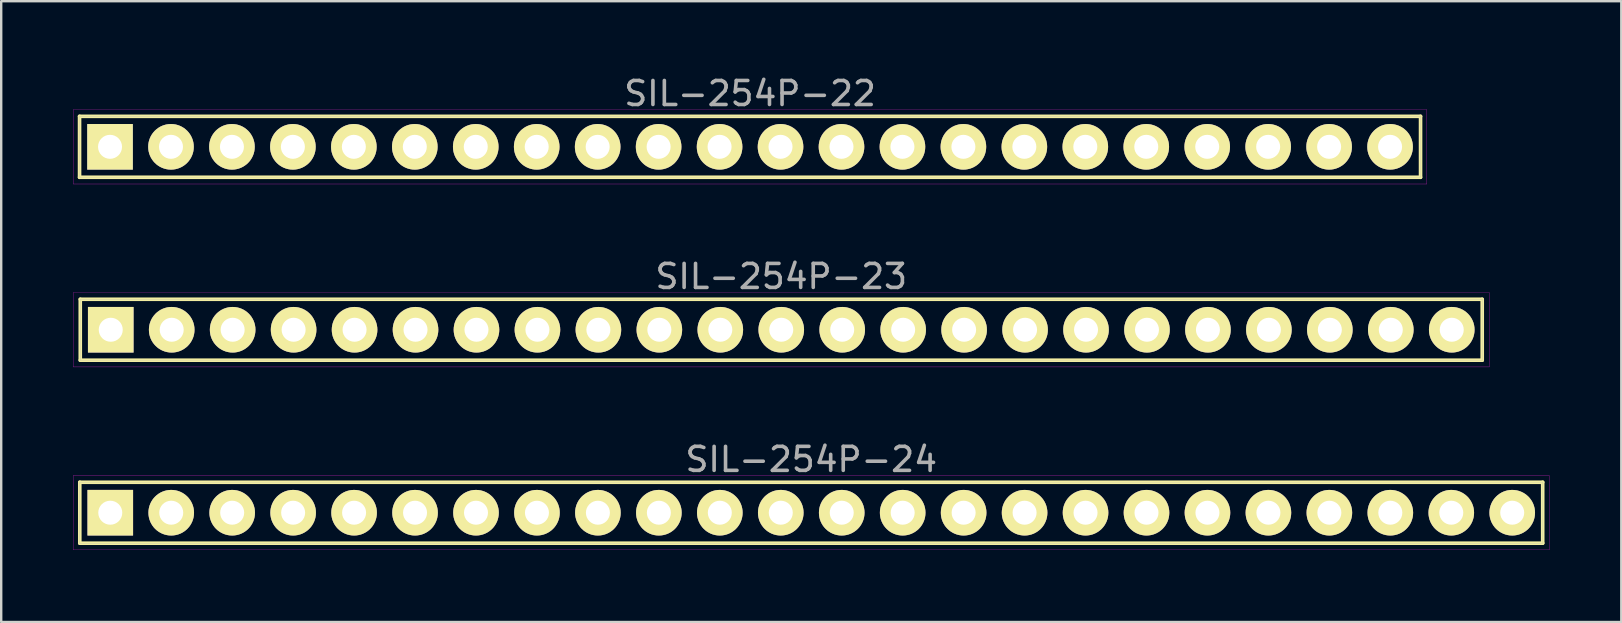
<source format=kicad_pcb>
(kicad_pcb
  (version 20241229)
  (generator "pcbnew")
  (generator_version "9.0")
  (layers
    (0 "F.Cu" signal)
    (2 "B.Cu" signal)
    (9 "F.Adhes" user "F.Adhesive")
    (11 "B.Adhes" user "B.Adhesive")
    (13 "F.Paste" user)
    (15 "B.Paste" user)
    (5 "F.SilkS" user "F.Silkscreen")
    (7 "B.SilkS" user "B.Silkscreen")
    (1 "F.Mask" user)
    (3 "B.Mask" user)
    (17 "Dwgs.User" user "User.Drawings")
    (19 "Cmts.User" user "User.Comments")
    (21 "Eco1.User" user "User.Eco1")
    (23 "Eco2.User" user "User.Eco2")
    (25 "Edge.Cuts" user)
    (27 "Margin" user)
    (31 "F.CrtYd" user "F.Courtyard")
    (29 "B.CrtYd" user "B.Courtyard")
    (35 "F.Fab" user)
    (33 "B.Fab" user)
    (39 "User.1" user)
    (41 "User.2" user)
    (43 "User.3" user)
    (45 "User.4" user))
  (footprint "SIL-254P-24"
    (layer "F.Cu")
    (at 30.755 18.315)
    (property "Reference" "SIL-254P-24" (at 0 -2.22 0) (layer "F.Fab") (effects (font (size 1 1) (thickness 0.15))))
    (attr through_hole)
    (fp_line (start -30.48 -1.27) (end 30.48 -1.27) (stroke (width 0.15) (type solid)) (layer "F.SilkS"))
    (fp_line (start -30.48 1.27) (end -30.48 -1.27) (stroke (width 0.15) (type solid)) (layer "F.SilkS"))
    (fp_line (start 30.48 -1.27) (end 30.48 1.27) (stroke (width 0.15) (type solid)) (layer "F.SilkS"))
    (fp_line (start 30.48 1.27) (end -30.48 1.27) (stroke (width 0.15) (type solid)) (layer "F.SilkS"))
    (fp_line (start -30.75 -1.55) (end 30.75 -1.55) (stroke (width 0.01) (type solid)) (layer "F.CrtYd"))
    (fp_line (start -30.75 1.55) (end -30.75 -1.55) (stroke (width 0.01) (type solid)) (layer "F.CrtYd"))
    (fp_line (start 30.75 -1.55) (end 30.75 1.55) (stroke (width 0.01) (type solid)) (layer "F.CrtYd"))
    (fp_line (start 30.75 1.55) (end -30.75 1.55) (stroke (width 0.01) (type solid)) (layer "F.CrtYd"))
    (fp_line (start -30.48 -1.27) (end 30.48 -1.27) (stroke (width 0.01) (type solid)) (layer "F.Fab"))
    (fp_line (start -30.48 1.27) (end -30.48 -1.27) (stroke (width 0.01) (type solid)) (layer "F.Fab"))
    (fp_line (start 30.48 -1.27) (end 30.48 1.27) (stroke (width 0.01) (type solid)) (layer "F.Fab"))
    (fp_line (start 30.48 1.27) (end -30.48 1.27) (stroke (width 0.01) (type solid)) (layer "F.Fab"))
    (pad "1" thru_hole rect (at -29.21 0) (size 1.9 1.9) (drill 1) (layers "*.Cu" "*.Mask" "F.SilkS"))
    (pad "2" thru_hole circle (at -26.67 0) (size 1.9 1.9) (drill 1) (layers "*.Cu" "*.Mask" "F.SilkS"))
    (pad "3" thru_hole circle (at -24.13 0) (size 1.9 1.9) (drill 1) (layers "*.Cu" "*.Mask" "F.SilkS"))
    (pad "4" thru_hole circle (at -21.59 0) (size 1.9 1.9) (drill 1) (layers "*.Cu" "*.Mask" "F.SilkS"))
    (pad "5" thru_hole circle (at -19.05 0) (size 1.9 1.9) (drill 1) (layers "*.Cu" "*.Mask" "F.SilkS"))
    (pad "6" thru_hole circle (at -16.51 0) (size 1.9 1.9) (drill 1) (layers "*.Cu" "*.Mask" "F.SilkS"))
    (pad "7" thru_hole circle (at -13.97 0) (size 1.9 1.9) (drill 1) (layers "*.Cu" "*.Mask" "F.SilkS"))
    (pad "8" thru_hole circle (at -11.43 0) (size 1.9 1.9) (drill 1) (layers "*.Cu" "*.Mask" "F.SilkS"))
    (pad "9" thru_hole circle (at -8.89 0) (size 1.9 1.9) (drill 1) (layers "*.Cu" "*.Mask" "F.SilkS"))
    (pad "10" thru_hole circle (at -6.35 0) (size 1.9 1.9) (drill 1) (layers "*.Cu" "*.Mask" "F.SilkS"))
    (pad "11" thru_hole circle (at -3.81 0) (size 1.9 1.9) (drill 1) (layers "*.Cu" "*.Mask" "F.SilkS"))
    (pad "12" thru_hole circle (at -1.27 0) (size 1.9 1.9) (drill 1) (layers "*.Cu" "*.Mask" "F.SilkS"))
    (pad "13" thru_hole circle (at 1.27 0) (size 1.9 1.9) (drill 1) (layers "*.Cu" "*.Mask" "F.SilkS"))
    (pad "14" thru_hole circle (at 3.81 0) (size 1.9 1.9) (drill 1) (layers "*.Cu" "*.Mask" "F.SilkS"))
    (pad "15" thru_hole circle (at 6.35 0) (size 1.9 1.9) (drill 1) (layers "*.Cu" "*.Mask" "F.SilkS"))
    (pad "16" thru_hole circle (at 8.89 0) (size 1.9 1.9) (drill 1) (layers "*.Cu" "*.Mask" "F.SilkS"))
    (pad "17" thru_hole circle (at 11.43 0) (size 1.9 1.9) (drill 1) (layers "*.Cu" "*.Mask" "F.SilkS"))
    (pad "18" thru_hole circle (at 13.97 0) (size 1.9 1.9) (drill 1) (layers "*.Cu" "*.Mask" "F.SilkS"))
    (pad "19" thru_hole circle (at 16.51 0) (size 1.9 1.9) (drill 1) (layers "*.Cu" "*.Mask" "F.SilkS"))
    (pad "20" thru_hole circle (at 19.05 0) (size 1.9 1.9) (drill 1) (layers "*.Cu" "*.Mask" "F.SilkS"))
    (pad "21" thru_hole circle (at 21.59 0) (size 1.9 1.9) (drill 1) (layers "*.Cu" "*.Mask" "F.SilkS"))
    (pad "22" thru_hole circle (at 24.13 0) (size 1.9 1.9) (drill 1) (layers "*.Cu" "*.Mask" "F.SilkS"))
    (pad "23" thru_hole circle (at 26.67 0) (size 1.9 1.9) (drill 1) (layers "*.Cu" "*.Mask" "F.SilkS"))
    (pad "24" thru_hole circle (at 29.21 0) (size 1.9 1.9) (drill 1) (layers "*.Cu" "*.Mask" "F.SilkS")))
  (footprint "SIL-254P-23"
    (layer "F.Cu")
    (at 29.505 10.691)
    (property "Reference" "SIL-254P-23" (at 0 -2.22 0) (layer "F.Fab") (effects (font (size 1 1) (thickness 0.15))))
    (attr through_hole)
    (fp_line (start -29.21 -1.27) (end 29.21 -1.27) (stroke (width 0.15) (type solid)) (layer "F.SilkS"))
    (fp_line (start -29.21 1.27) (end -29.21 -1.27) (stroke (width 0.15) (type solid)) (layer "F.SilkS"))
    (fp_line (start 29.21 -1.27) (end 29.21 1.27) (stroke (width 0.15) (type solid)) (layer "F.SilkS"))
    (fp_line (start 29.21 1.27) (end -29.21 1.27) (stroke (width 0.15) (type solid)) (layer "F.SilkS"))
    (fp_line (start -29.5 -1.55) (end 29.5 -1.55) (stroke (width 0.01) (type solid)) (layer "F.CrtYd"))
    (fp_line (start -29.5 1.55) (end -29.5 -1.55) (stroke (width 0.01) (type solid)) (layer "F.CrtYd"))
    (fp_line (start 29.5 -1.55) (end 29.5 1.55) (stroke (width 0.01) (type solid)) (layer "F.CrtYd"))
    (fp_line (start 29.5 1.55) (end -29.5 1.55) (stroke (width 0.01) (type solid)) (layer "F.CrtYd"))
    (fp_line (start -29.21 -1.27) (end 29.21 -1.27) (stroke (width 0.01) (type solid)) (layer "F.Fab"))
    (fp_line (start -29.21 1.27) (end -29.21 -1.27) (stroke (width 0.01) (type solid)) (layer "F.Fab"))
    (fp_line (start 29.21 -1.27) (end 29.21 1.27) (stroke (width 0.01) (type solid)) (layer "F.Fab"))
    (fp_line (start 29.21 1.27) (end -29.21 1.27) (stroke (width 0.01) (type solid)) (layer "F.Fab"))
    (pad "1" thru_hole rect (at -27.94 0) (size 1.9 1.9) (drill 1) (layers "*.Cu" "*.Mask" "F.SilkS"))
    (pad "2" thru_hole circle (at -25.4 0) (size 1.9 1.9) (drill 1) (layers "*.Cu" "*.Mask" "F.SilkS"))
    (pad "3" thru_hole circle (at -22.86 0) (size 1.9 1.9) (drill 1) (layers "*.Cu" "*.Mask" "F.SilkS"))
    (pad "4" thru_hole circle (at -20.32 0) (size 1.9 1.9) (drill 1) (layers "*.Cu" "*.Mask" "F.SilkS"))
    (pad "5" thru_hole circle (at -17.78 0) (size 1.9 1.9) (drill 1) (layers "*.Cu" "*.Mask" "F.SilkS"))
    (pad "6" thru_hole circle (at -15.24 0) (size 1.9 1.9) (drill 1) (layers "*.Cu" "*.Mask" "F.SilkS"))
    (pad "7" thru_hole circle (at -12.7 0) (size 1.9 1.9) (drill 1) (layers "*.Cu" "*.Mask" "F.SilkS"))
    (pad "8" thru_hole circle (at -10.16 0) (size 1.9 1.9) (drill 1) (layers "*.Cu" "*.Mask" "F.SilkS"))
    (pad "9" thru_hole circle (at -7.62 0) (size 1.9 1.9) (drill 1) (layers "*.Cu" "*.Mask" "F.SilkS"))
    (pad "10" thru_hole circle (at -5.08 0) (size 1.9 1.9) (drill 1) (layers "*.Cu" "*.Mask" "F.SilkS"))
    (pad "11" thru_hole circle (at -2.54 0) (size 1.9 1.9) (drill 1) (layers "*.Cu" "*.Mask" "F.SilkS"))
    (pad "12" thru_hole circle (at 0 0) (size 1.9 1.9) (drill 1) (layers "*.Cu" "*.Mask" "F.SilkS"))
    (pad "13" thru_hole circle (at 2.54 0) (size 1.9 1.9) (drill 1) (layers "*.Cu" "*.Mask" "F.SilkS"))
    (pad "14" thru_hole circle (at 5.08 0) (size 1.9 1.9) (drill 1) (layers "*.Cu" "*.Mask" "F.SilkS"))
    (pad "15" thru_hole circle (at 7.62 0) (size 1.9 1.9) (drill 1) (layers "*.Cu" "*.Mask" "F.SilkS"))
    (pad "16" thru_hole circle (at 10.16 0) (size 1.9 1.9) (drill 1) (layers "*.Cu" "*.Mask" "F.SilkS"))
    (pad "17" thru_hole circle (at 12.7 0) (size 1.9 1.9) (drill 1) (layers "*.Cu" "*.Mask" "F.SilkS"))
    (pad "18" thru_hole circle (at 15.24 0) (size 1.9 1.9) (drill 1) (layers "*.Cu" "*.Mask" "F.SilkS"))
    (pad "19" thru_hole circle (at 17.78 0) (size 1.9 1.9) (drill 1) (layers "*.Cu" "*.Mask" "F.SilkS"))
    (pad "20" thru_hole circle (at 20.32 0) (size 1.9 1.9) (drill 1) (layers "*.Cu" "*.Mask" "F.SilkS"))
    (pad "21" thru_hole circle (at 22.86 0) (size 1.9 1.9) (drill 1) (layers "*.Cu" "*.Mask" "F.SilkS"))
    (pad "22" thru_hole circle (at 25.4 0) (size 1.9 1.9) (drill 1) (layers "*.Cu" "*.Mask" "F.SilkS"))
    (pad "23" thru_hole circle (at 27.94 0) (size 1.9 1.9) (drill 1) (layers "*.Cu" "*.Mask" "F.SilkS")))
  (footprint "SIL-254P-22"
    (layer "F.Cu")
    (at 28.205 3.068)
    (property "Reference" "SIL-254P-22" (at 0 -2.22 0) (layer "F.Fab") (effects (font (size 1 1) (thickness 0.15))))
    (attr through_hole)
    (fp_line (start -27.94 -1.27) (end 27.94 -1.27) (stroke (width 0.15) (type solid)) (layer "F.SilkS"))
    (fp_line (start -27.94 1.27) (end -27.94 -1.27) (stroke (width 0.15) (type solid)) (layer "F.SilkS"))
    (fp_line (start 27.94 -1.27) (end 27.94 1.27) (stroke (width 0.15) (type solid)) (layer "F.SilkS"))
    (fp_line (start 27.94 1.27) (end -27.94 1.27) (stroke (width 0.15) (type solid)) (layer "F.SilkS"))
    (fp_line (start -28.2 -1.55) (end 28.2 -1.55) (stroke (width 0.01) (type solid)) (layer "F.CrtYd"))
    (fp_line (start -28.2 1.55) (end -28.2 -1.55) (stroke (width 0.01) (type solid)) (layer "F.CrtYd"))
    (fp_line (start 28.2 -1.55) (end 28.2 1.55) (stroke (width 0.01) (type solid)) (layer "F.CrtYd"))
    (fp_line (start 28.2 1.55) (end -28.2 1.55) (stroke (width 0.01) (type solid)) (layer "F.CrtYd"))
    (fp_line (start -27.94 -1.27) (end 27.94 -1.27) (stroke (width 0.01) (type solid)) (layer "F.Fab"))
    (fp_line (start -27.94 1.27) (end -27.94 -1.27) (stroke (width 0.01) (type solid)) (layer "F.Fab"))
    (fp_line (start 27.94 -1.27) (end 27.94 1.27) (stroke (width 0.01) (type solid)) (layer "F.Fab"))
    (fp_line (start 27.94 1.27) (end -27.94 1.27) (stroke (width 0.01) (type solid)) (layer "F.Fab"))
    (pad "1" thru_hole rect (at -26.67 0) (size 1.9 1.9) (drill 1) (layers "*.Cu" "*.Mask" "F.SilkS"))
    (pad "2" thru_hole circle (at -24.13 0) (size 1.9 1.9) (drill 1) (layers "*.Cu" "*.Mask" "F.SilkS"))
    (pad "3" thru_hole circle (at -21.59 0) (size 1.9 1.9) (drill 1) (layers "*.Cu" "*.Mask" "F.SilkS"))
    (pad "4" thru_hole circle (at -19.05 0) (size 1.9 1.9) (drill 1) (layers "*.Cu" "*.Mask" "F.SilkS"))
    (pad "5" thru_hole circle (at -16.51 0) (size 1.9 1.9) (drill 1) (layers "*.Cu" "*.Mask" "F.SilkS"))
    (pad "6" thru_hole circle (at -13.97 0) (size 1.9 1.9) (drill 1) (layers "*.Cu" "*.Mask" "F.SilkS"))
    (pad "7" thru_hole circle (at -11.43 0) (size 1.9 1.9) (drill 1) (layers "*.Cu" "*.Mask" "F.SilkS"))
    (pad "8" thru_hole circle (at -8.89 0) (size 1.9 1.9) (drill 1) (layers "*.Cu" "*.Mask" "F.SilkS"))
    (pad "9" thru_hole circle (at -6.35 0) (size 1.9 1.9) (drill 1) (layers "*.Cu" "*.Mask" "F.SilkS"))
    (pad "10" thru_hole circle (at -3.81 0) (size 1.9 1.9) (drill 1) (layers "*.Cu" "*.Mask" "F.SilkS"))
    (pad "11" thru_hole circle (at -1.27 0) (size 1.9 1.9) (drill 1) (layers "*.Cu" "*.Mask" "F.SilkS"))
    (pad "12" thru_hole circle (at 1.27 0) (size 1.9 1.9) (drill 1) (layers "*.Cu" "*.Mask" "F.SilkS"))
    (pad "13" thru_hole circle (at 3.81 0) (size 1.9 1.9) (drill 1) (layers "*.Cu" "*.Mask" "F.SilkS"))
    (pad "14" thru_hole circle (at 6.35 0) (size 1.9 1.9) (drill 1) (layers "*.Cu" "*.Mask" "F.SilkS"))
    (pad "15" thru_hole circle (at 8.89 0) (size 1.9 1.9) (drill 1) (layers "*.Cu" "*.Mask" "F.SilkS"))
    (pad "16" thru_hole circle (at 11.43 0) (size 1.9 1.9) (drill 1) (layers "*.Cu" "*.Mask" "F.SilkS"))
    (pad "17" thru_hole circle (at 13.97 0) (size 1.9 1.9) (drill 1) (layers "*.Cu" "*.Mask" "F.SilkS"))
    (pad "18" thru_hole circle (at 16.51 0) (size 1.9 1.9) (drill 1) (layers "*.Cu" "*.Mask" "F.SilkS"))
    (pad "19" thru_hole circle (at 19.05 0) (size 1.9 1.9) (drill 1) (layers "*.Cu" "*.Mask" "F.SilkS"))
    (pad "20" thru_hole circle (at 21.59 0) (size 1.9 1.9) (drill 1) (layers "*.Cu" "*.Mask" "F.SilkS"))
    (pad "21" thru_hole circle (at 24.13 0) (size 1.9 1.9) (drill 1) (layers "*.Cu" "*.Mask" "F.SilkS"))
    (pad "22" thru_hole circle (at 26.67 0) (size 1.9 1.9) (drill 1) (layers "*.Cu" "*.Mask" "F.SilkS")))
  (gr_rect
    (start -3 -3)
    (end 64.51 22.87)
    (stroke (width 0.1) (type default))
    (fill no)
    (layer "Edge.Cuts")))
</source>
